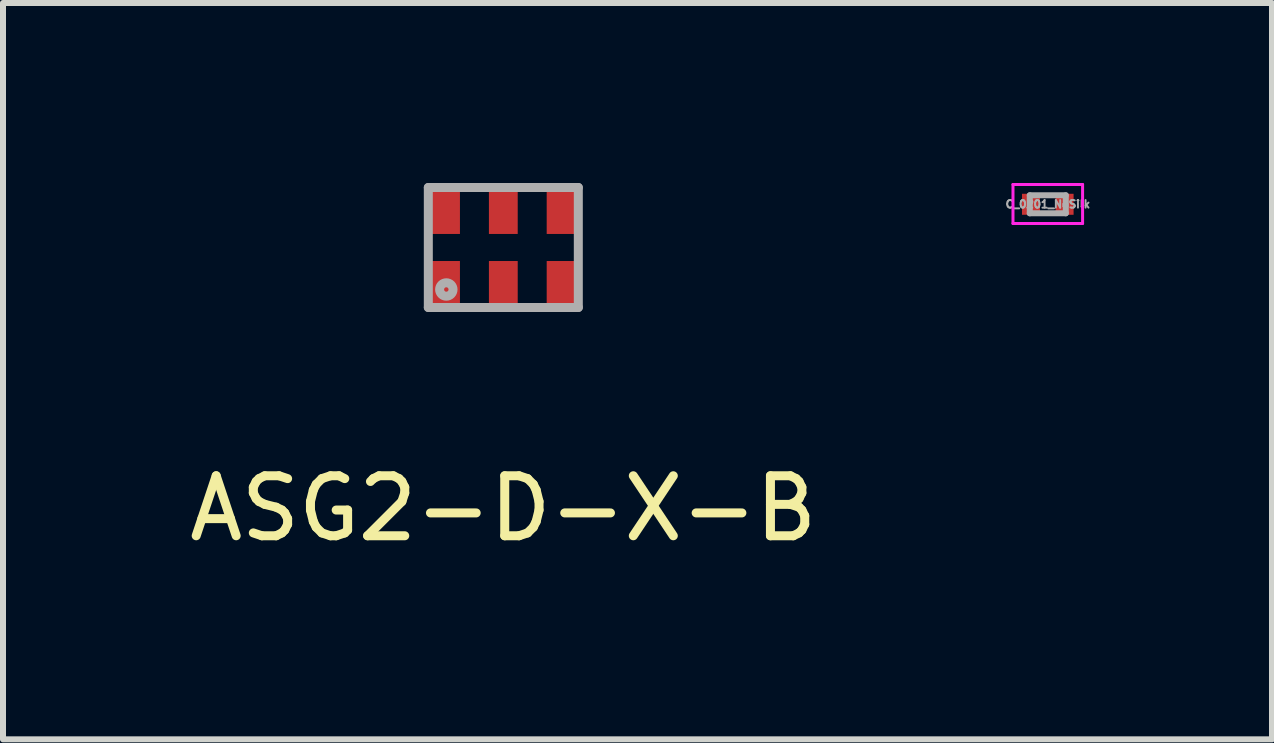
<source format=kicad_pcb>
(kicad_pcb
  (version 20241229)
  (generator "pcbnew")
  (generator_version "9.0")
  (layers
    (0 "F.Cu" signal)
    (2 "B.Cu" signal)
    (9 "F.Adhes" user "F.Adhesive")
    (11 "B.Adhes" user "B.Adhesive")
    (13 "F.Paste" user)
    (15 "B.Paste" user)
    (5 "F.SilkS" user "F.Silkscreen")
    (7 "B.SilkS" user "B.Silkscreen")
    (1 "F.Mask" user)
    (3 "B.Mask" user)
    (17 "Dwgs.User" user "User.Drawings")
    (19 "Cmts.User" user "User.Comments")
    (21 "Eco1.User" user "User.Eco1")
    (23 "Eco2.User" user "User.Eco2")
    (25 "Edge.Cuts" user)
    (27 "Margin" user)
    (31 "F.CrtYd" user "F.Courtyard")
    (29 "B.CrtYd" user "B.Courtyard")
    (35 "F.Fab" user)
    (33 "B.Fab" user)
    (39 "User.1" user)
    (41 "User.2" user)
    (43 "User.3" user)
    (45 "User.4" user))
  (footprint "ASG2-D-X-B"
    (layer "F.Cu")
    (at 5.339 1.075)
    (property "Reference" "ASG2-D-X-B" (at 0 4.35 0) (layer "F.SilkS") (effects (font (size 1 1) (thickness 0.15))))
    (attr through_hole)
    (fp_line (start -1.25 -1) (end 1.25 -1) (stroke (width 0.15) (type solid)) (layer "F.Fab"))
    (fp_line (start -1.25 1) (end -1.25 -1) (stroke (width 0.15) (type solid)) (layer "F.Fab"))
    (fp_line (start 1.25 -1) (end 1.25 1) (stroke (width 0.15) (type solid)) (layer "F.Fab"))
    (fp_line (start 1.25 1) (end -1.25 1) (stroke (width 0.15) (type solid)) (layer "F.Fab"))
    (fp_circle (center -0.95 0.7) (end -0.85 0.75) (stroke (width 0.15) (type solid)) (fill no) (layer "F.Fab"))
    (pad "1" smd rect (at -0.963 0.613) (size 0.48 0.775) (layers "F.Cu" "F.Mask" "F.Paste"))
    (pad "2" smd rect (at 0 0.613) (size 0.48 0.775) (layers "F.Cu" "F.Mask" "F.Paste"))
    (pad "3" smd rect (at 0.963 0.613) (size 0.48 0.775) (layers "F.Cu" "F.Mask" "F.Paste"))
    (pad "4" smd rect (at 0.963 -0.613) (size 0.48 0.775) (layers "F.Cu" "F.Mask" "F.Paste"))
    (pad "5" smd rect (at 0 -0.613) (size 0.48 0.775) (layers "F.Cu" "F.Mask" "F.Paste"))
    (pad "6" smd rect (at -0.963 -0.613) (size 0.48 0.775) (layers "F.Cu" "F.Mask" "F.Paste")))
  (footprint "C_0201_NoSilk"
    (layer "F.Cu")
    (at 14.414 0.355)
    (property "Reference" "C_0201_NoSilk" (at 0.001 -0.001 0) (layer "F.Fab") (effects (font (size 0.127 0.127) (thickness 0.032))))
    (attr smd)
    (fp_line (start -0.58 -0.33) (end -0.58 0.32) (stroke (width 0.05) (type solid)) (layer "F.CrtYd"))
    (fp_line (start -0.58 -0.33) (end 0.58 -0.33) (stroke (width 0.05) (type solid)) (layer "F.CrtYd"))
    (fp_line (start 0.58 0.32) (end -0.58 0.32) (stroke (width 0.05) (type solid)) (layer "F.CrtYd"))
    (fp_line (start 0.58 0.32) (end 0.58 -0.33) (stroke (width 0.05) (type solid)) (layer "F.CrtYd"))
    (fp_line (start -0.3 -0.15) (end 0.3 -0.15) (stroke (width 0.1) (type solid)) (layer "F.Fab"))
    (fp_line (start -0.3 0.15) (end -0.3 -0.15) (stroke (width 0.1) (type solid)) (layer "F.Fab"))
    (fp_line (start 0.3 -0.15) (end 0.3 0.15) (stroke (width 0.1) (type solid)) (layer "F.Fab"))
    (fp_line (start 0.3 0.15) (end -0.3 0.15) (stroke (width 0.1) (type solid)) (layer "F.Fab"))
    (pad "1" smd rect (at -0.28 0) (size 0.3 0.35) (layers "F.Cu" "F.Mask" "F.Paste"))
    (pad "2" smd rect (at 0.28 0) (size 0.3 0.35) (layers "F.Cu" "F.Mask" "F.Paste")))
  (gr_rect
    (start -3 -3)
    (end 18.151 9.273)
    (stroke (width 0.1) (type default))
    (fill no)
    (layer "Edge.Cuts")))
</source>
